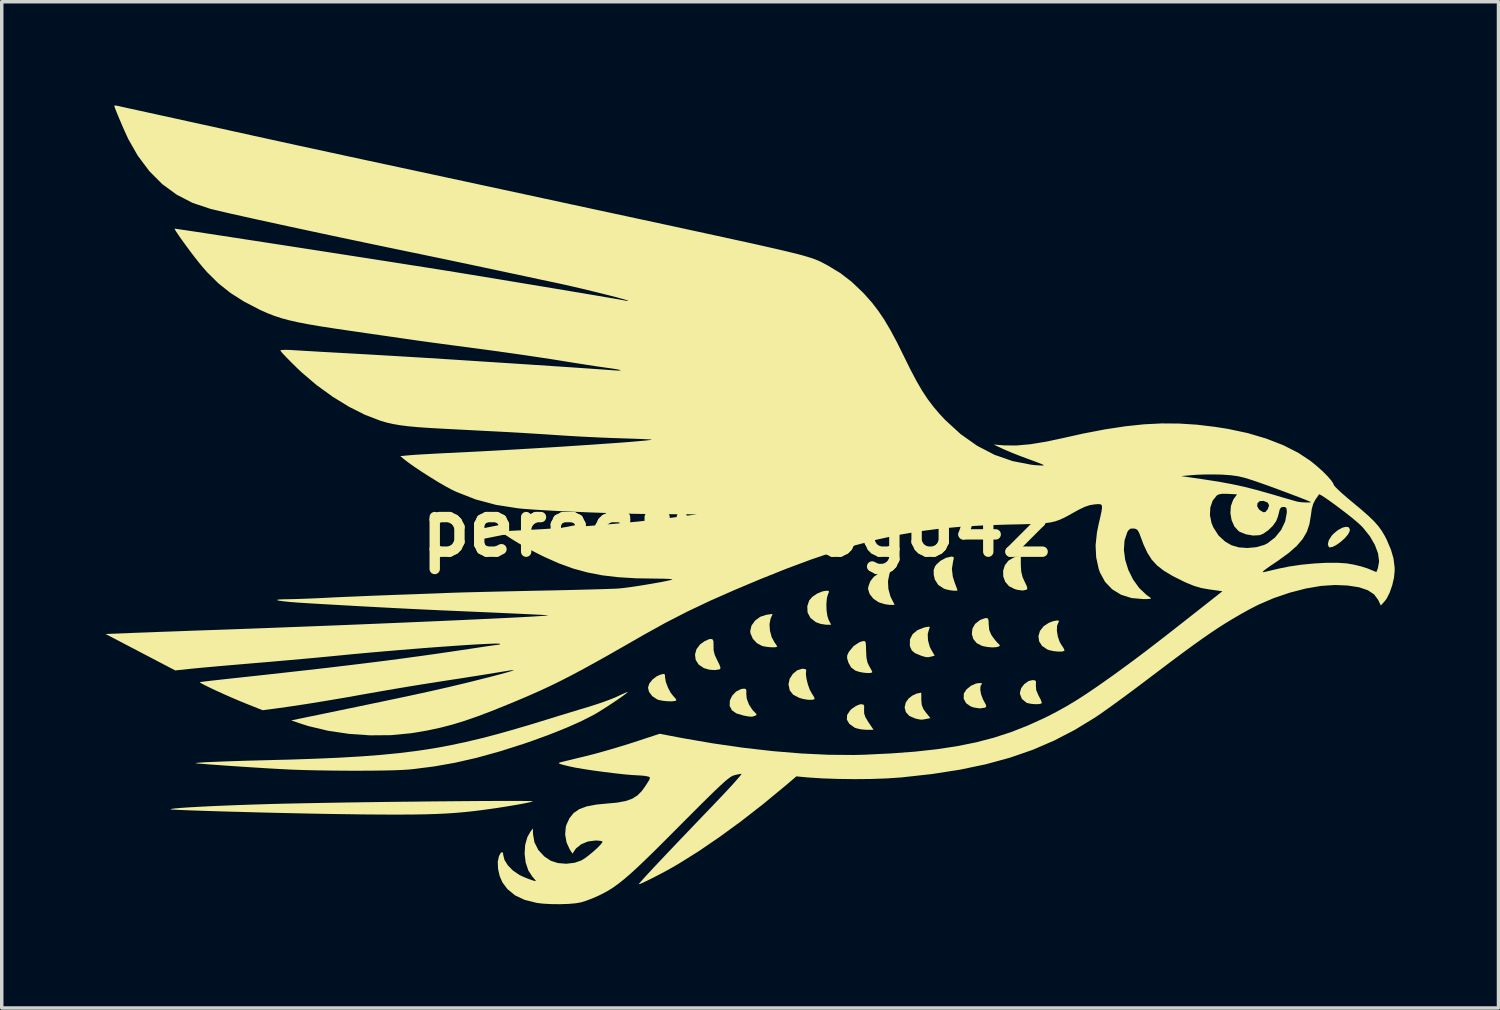
<source format=kicad_pcb>
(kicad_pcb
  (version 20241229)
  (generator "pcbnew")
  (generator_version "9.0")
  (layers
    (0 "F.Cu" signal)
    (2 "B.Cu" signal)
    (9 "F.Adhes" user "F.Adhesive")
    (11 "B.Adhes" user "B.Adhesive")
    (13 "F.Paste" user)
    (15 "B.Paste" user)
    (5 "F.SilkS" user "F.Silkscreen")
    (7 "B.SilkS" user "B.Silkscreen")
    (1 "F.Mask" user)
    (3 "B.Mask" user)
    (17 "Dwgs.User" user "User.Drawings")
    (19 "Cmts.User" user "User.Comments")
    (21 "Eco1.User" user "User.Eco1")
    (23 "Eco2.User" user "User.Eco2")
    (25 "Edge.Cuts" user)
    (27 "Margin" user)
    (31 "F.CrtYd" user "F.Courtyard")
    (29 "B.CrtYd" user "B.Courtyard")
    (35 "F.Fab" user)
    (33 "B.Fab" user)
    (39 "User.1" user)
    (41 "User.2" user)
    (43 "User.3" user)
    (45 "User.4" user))
  (footprint "peregrinelogo42"
    (layer "F.Cu")
    (at 18.266 12.218)
    (property "Reference" "peregrinelogo42" (at 0 0 0) (layer "F.SilkS") (effects (font (size 1.5 1.5) (thickness 0.3))))
    (attr board_only exclude_from_pos_files exclude_from_bom)
    (fp_poly (pts (xy 17.668 -0.028) (xy 17.702 0.031) (xy 17.697 0.086) (xy 17.648 0.181) (xy 17.557 0.287) (xy 17.442 0.391) (xy 17.32 0.479) (xy 17.207 0.538) (xy 17.122 0.556) (xy 17.094 0.544) (xy 17.065 0.461) (xy 17.094 0.347) (xy 17.176 0.218) (xy 17.227 0.162) (xy 17.355 0.056) (xy 17.48 -0.013) (xy 17.589 -0.041)) (stroke (width 0) (type solid)) (fill yes) (layer "F.SilkS"))
    (fp_poly (pts (xy 5.314 4.958) (xy 5.326 5.105) (xy 5.371 5.221) (xy 5.446 5.326) (xy 5.577 5.489) (xy 5.45 5.514) (xy 5.367 5.53) (xy 5.308 5.534) (xy 5.238 5.523) (xy 5.135 5.499) (xy 4.97 5.428) (xy 4.868 5.316) (xy 4.832 5.18) (xy 4.867 5.034) (xy 4.952 4.918) (xy 5.061 4.835) (xy 5.176 4.782) (xy 5.191 4.778) (xy 5.314 4.754)) (stroke (width 0) (type solid)) (fill yes) (layer "F.SilkS"))
    (fp_poly (pts (xy -0.729 3.204) (xy -0.693 3.267) (xy -0.691 3.396) (xy -0.688 3.536) (xy -0.654 3.669) (xy -0.581 3.823) (xy -0.517 3.953) (xy -0.491 4.03) (xy -0.501 4.068) (xy -0.52 4.08) (xy -0.654 4.101) (xy -0.818 4.088) (xy -0.969 4.044) (xy -1.12 3.943) (xy -1.206 3.807) (xy -1.227 3.654) (xy -1.185 3.499) (xy -1.079 3.357) (xy -0.942 3.261) (xy -0.809 3.204)) (stroke (width 0) (type solid)) (fill yes) (layer "F.SilkS"))
    (fp_poly (pts (xy 8.191 1.063) (xy 8.203 1.257) (xy 8.243 1.416) (xy 8.301 1.545) (xy 8.36 1.667) (xy 8.38 1.736) (xy 8.366 1.77) (xy 8.346 1.781) (xy 8.24 1.801) (xy 8.102 1.783) (xy 8.015 1.76) (xy 7.851 1.677) (xy 7.74 1.549) (xy 7.683 1.394) (xy 7.68 1.23) (xy 7.729 1.072) (xy 7.831 0.939) (xy 7.985 0.847) (xy 8.033 0.832) (xy 8.19 0.793)) (stroke (width 0) (type solid)) (fill yes) (layer "F.SilkS"))
    (fp_poly (pts (xy 2.641 1.814) (xy 2.642 1.855) (xy 2.622 1.895) (xy 2.586 2.017) (xy 2.571 2.186) (xy 2.575 2.371) (xy 2.6 2.541) (xy 2.639 2.657) (xy 2.71 2.79) (xy 2.555 2.789) (xy 2.409 2.767) (xy 2.267 2.716) (xy 2.262 2.713) (xy 2.109 2.592) (xy 2.027 2.435) (xy 2.019 2.254) (xy 2.075 2.087) (xy 2.163 1.984) (xy 2.302 1.891) (xy 2.458 1.826) (xy 2.576 1.806)) (stroke (width 0) (type solid)) (fill yes) (layer "F.SilkS"))
    (fp_poly (pts (xy 3.638 5.096) (xy 3.663 5.135) (xy 3.661 5.229) (xy 3.66 5.243) (xy 3.662 5.352) (xy 3.698 5.46) (xy 3.778 5.596) (xy 3.789 5.612) (xy 3.934 5.827) (xy 3.721 5.827) (xy 3.57 5.814) (xy 3.432 5.782) (xy 3.385 5.763) (xy 3.235 5.656) (xy 3.163 5.532) (xy 3.17 5.399) (xy 3.258 5.265) (xy 3.313 5.214) (xy 3.426 5.138) (xy 3.534 5.093) (xy 3.57 5.088)) (stroke (width 0) (type solid)) (fill yes) (layer "F.SilkS"))
    (fp_poly (pts (xy 5.561 2.862) (xy 5.541 2.912) (xy 5.5 3.06) (xy 5.508 3.242) (xy 5.559 3.427) (xy 5.6 3.511) (xy 5.702 3.684) (xy 5.61 3.708) (xy 5.522 3.728) (xy 5.446 3.725) (xy 5.347 3.698) (xy 5.283 3.675) (xy 5.131 3.61) (xy 5.041 3.535) (xy 4.993 3.432) (xy 4.983 3.386) (xy 4.987 3.211) (xy 5.065 3.06) (xy 5.208 2.943) (xy 5.411 2.866) (xy 5.448 2.859) (xy 5.536 2.846)) (stroke (width 0) (type solid)) (fill yes) (layer "F.SilkS"))
    (fp_poly (pts (xy 8.602 4.398) (xy 8.63 4.435) (xy 8.626 4.528) (xy 8.625 4.533) (xy 8.635 4.678) (xy 8.704 4.839) (xy 8.714 4.856) (xy 8.769 4.963) (xy 8.796 5.04) (xy 8.794 5.062) (xy 8.731 5.082) (xy 8.62 5.087) (xy 8.495 5.077) (xy 8.387 5.056) (xy 8.35 5.041) (xy 8.223 4.935) (xy 8.168 4.796) (xy 8.166 4.749) (xy 8.202 4.621) (xy 8.293 4.503) (xy 8.415 4.418) (xy 8.524 4.391)) (stroke (width 0) (type solid)) (fill yes) (layer "F.SilkS"))
    (fp_poly (pts (xy -2.102 4.223) (xy -2.093 4.282) (xy -2.093 4.313) (xy -2.069 4.447) (xy -2.008 4.608) (xy -1.927 4.761) (xy -1.844 4.865) (xy -1.784 4.931) (xy -1.764 4.971) (xy -1.801 4.994) (xy -1.894 5.004) (xy -2.02 5.002) (xy -2.154 4.988) (xy -2.272 4.965) (xy -2.323 4.947) (xy -2.463 4.854) (xy -2.556 4.729) (xy -2.585 4.61) (xy -2.55 4.495) (xy -2.459 4.377) (xy -2.333 4.28) (xy -2.239 4.238) (xy -2.143 4.212)) (stroke (width 0) (type solid)) (fill yes) (layer "F.SilkS"))
    (fp_poly (pts (xy 0.246 4.652) (xy 0.26 4.712) (xy 0.255 4.775) (xy 0.269 4.928) (xy 0.334 5.098) (xy 0.435 5.254) (xy 0.491 5.312) (xy 0.549 5.371) (xy 0.548 5.402) (xy 0.505 5.422) (xy 0.445 5.443) (xy 0.386 5.448) (xy 0.299 5.438) (xy 0.169 5.413) (xy -0.031 5.353) (xy -0.16 5.263) (xy -0.224 5.139) (xy -0.225 5.134) (xy -0.22 4.982) (xy -0.151 4.838) (xy -0.036 4.719) (xy 0.109 4.648) (xy 0.195 4.637)) (stroke (width 0) (type solid)) (fill yes) (layer "F.SilkS"))
    (fp_poly (pts (xy 0.957 2.617) (xy 0.927 2.772) (xy 0.939 2.959) (xy 0.988 3.145) (xy 1.068 3.295) (xy 1.069 3.297) (xy 1.125 3.375) (xy 1.149 3.422) (xy 1.149 3.423) (xy 1.113 3.439) (xy 1.022 3.443) (xy 0.902 3.436) (xy 0.778 3.418) (xy 0.711 3.402) (xy 0.563 3.323) (xy 0.444 3.194) (xy 0.377 3.041) (xy 0.369 2.971) (xy 0.407 2.813) (xy 0.51 2.67) (xy 0.658 2.561) (xy 0.828 2.505) (xy 1.016 2.477)) (stroke (width 0) (type solid)) (fill yes) (layer "F.SilkS"))
    (fp_poly (pts (xy 4.401 1.241) (xy 4.407 1.284) (xy 4.39 1.336) (xy 4.351 1.533) (xy 4.363 1.757) (xy 4.423 1.973) (xy 4.447 2.024) (xy 4.544 2.216) (xy 4.395 2.215) (xy 4.262 2.197) (xy 4.113 2.152) (xy 4.075 2.136) (xy 3.929 2.038) (xy 3.823 1.905) (xy 3.776 1.762) (xy 3.775 1.742) (xy 3.792 1.662) (xy 3.834 1.551) (xy 3.844 1.53) (xy 3.94 1.406) (xy 4.087 1.304) (xy 4.253 1.242) (xy 4.338 1.232)) (stroke (width 0) (type solid)) (fill yes) (layer "F.SilkS"))
    (fp_poly (pts (xy 7.064 4.483) (xy 7.073 4.498) (xy 7.068 4.5) (xy 7.027 4.557) (xy 7.019 4.665) (xy 7.042 4.8) (xy 7.094 4.941) (xy 7.119 4.988) (xy 7.177 5.094) (xy 7.192 5.152) (xy 7.169 5.181) (xy 7.156 5.187) (xy 7.005 5.209) (xy 6.827 5.181) (xy 6.74 5.15) (xy 6.608 5.057) (xy 6.54 4.93) (xy 6.543 4.786) (xy 6.548 4.77) (xy 6.626 4.653) (xy 6.754 4.552) (xy 6.901 4.488) (xy 6.992 4.476)) (stroke (width 0) (type solid)) (fill yes) (layer "F.SilkS"))
    (fp_poly (pts (xy 6.244 0.83) (xy 6.253 0.874) (xy 6.234 0.954) (xy 6.199 1.174) (xy 6.224 1.397) (xy 6.278 1.569) (xy 6.323 1.688) (xy 6.353 1.771) (xy 6.36 1.795) (xy 6.325 1.808) (xy 6.238 1.805) (xy 6.128 1.79) (xy 6.022 1.766) (xy 5.97 1.748) (xy 5.805 1.64) (xy 5.707 1.487) (xy 5.674 1.346) (xy 5.672 1.209) (xy 5.71 1.105) (xy 5.748 1.052) (xy 5.871 0.94) (xy 6.029 0.856) (xy 6.182 0.821) (xy 6.192 0.821)) (stroke (width 0) (type solid)) (fill yes) (layer "F.SilkS"))
    (fp_poly (pts (xy 7.231 2.601) (xy 7.258 2.664) (xy 7.263 2.784) (xy 7.279 2.944) (xy 7.337 3.081) (xy 7.383 3.149) (xy 7.462 3.251) (xy 7.526 3.324) (xy 7.548 3.343) (xy 7.587 3.386) (xy 7.559 3.418) (xy 7.48 3.439) (xy 7.365 3.445) (xy 7.229 3.434) (xy 7.087 3.406) (xy 7.071 3.402) (xy 6.915 3.322) (xy 6.816 3.2) (xy 6.775 3.055) (xy 6.792 2.904) (xy 6.869 2.766) (xy 7.005 2.659) (xy 7.041 2.642) (xy 7.164 2.598)) (stroke (width 0) (type solid)) (fill yes) (layer "F.SilkS"))
    (fp_poly (pts (xy 1.97 4.073) (xy 1.989 4.111) (xy 1.986 4.12) (xy 1.978 4.216) (xy 1.997 4.359) (xy 2.037 4.519) (xy 2.091 4.669) (xy 2.151 4.779) (xy 2.152 4.781) (xy 2.21 4.87) (xy 2.231 4.93) (xy 2.228 4.94) (xy 2.159 4.961) (xy 2.039 4.959) (xy 1.895 4.935) (xy 1.785 4.903) (xy 1.613 4.814) (xy 1.513 4.691) (xy 1.477 4.524) (xy 1.477 4.505) (xy 1.511 4.35) (xy 1.601 4.211) (xy 1.726 4.108) (xy 1.867 4.063) (xy 1.882 4.062)) (stroke (width 0) (type solid)) (fill yes) (layer "F.SilkS"))
    (fp_poly (pts (xy 9.296 2.676) (xy 9.287 2.712) (xy 9.274 2.729) (xy 9.237 2.827) (xy 9.234 2.97) (xy 9.261 3.132) (xy 9.313 3.284) (xy 9.367 3.377) (xy 9.428 3.468) (xy 9.453 3.532) (xy 9.45 3.544) (xy 9.385 3.565) (xy 9.27 3.566) (xy 9.135 3.552) (xy 9.008 3.524) (xy 8.959 3.506) (xy 8.806 3.404) (xy 8.72 3.27) (xy 8.7 3.12) (xy 8.745 2.968) (xy 8.853 2.831) (xy 9.002 2.734) (xy 9.12 2.689) (xy 9.224 2.668) (xy 9.234 2.667)) (stroke (width 0) (type solid)) (fill yes) (layer "F.SilkS"))
    (fp_poly (pts (xy 3.694 3.274) (xy 3.71 3.328) (xy 3.716 3.436) (xy 3.719 3.548) (xy 3.729 3.739) (xy 3.757 3.877) (xy 3.808 3.987) (xy 3.811 3.992) (xy 3.866 4.087) (xy 3.896 4.151) (xy 3.898 4.16) (xy 3.863 4.182) (xy 3.772 4.187) (xy 3.652 4.177) (xy 3.526 4.154) (xy 3.421 4.121) (xy 3.406 4.114) (xy 3.285 4.024) (xy 3.209 3.888) (xy 3.204 3.873) (xy 3.17 3.759) (xy 3.172 3.679) (xy 3.212 3.591) (xy 3.224 3.57) (xy 3.36 3.404) (xy 3.53 3.294) (xy 3.611 3.268) (xy 3.664 3.26)) (stroke (width 0) (type solid)) (fill yes) (layer "F.SilkS"))
    (fp_poly (pts (xy -6.211 7.884) (xy -6.04 7.886) (xy -5.939 7.889) (xy -5.912 7.893) (xy -5.962 7.911) (xy -6.081 7.938) (xy -6.255 7.972) (xy -6.473 8.01) (xy -6.72 8.051) (xy -6.984 8.092) (xy -7.253 8.13) (xy -7.345 8.143) (xy -7.609 8.176) (xy -7.869 8.204) (xy -8.133 8.227) (xy -8.409 8.246) (xy -8.705 8.26) (xy -9.031 8.27) (xy -9.394 8.276) (xy -9.802 8.278) (xy -10.264 8.277) (xy -10.789 8.273) (xy -11.385 8.265) (xy -11.613 8.262) (xy -11.966 8.256) (xy -12.349 8.249) (xy -12.753 8.24) (xy -13.171 8.231) (xy -13.595 8.221) (xy -14.017 8.21) (xy -14.428 8.199) (xy -14.821 8.188) (xy -15.188 8.177) (xy -15.521 8.166) (xy -15.812 8.156) (xy -16.052 8.146) (xy -16.234 8.138) (xy -16.35 8.131) (xy -16.392 8.126) (xy -16.36 8.113) (xy -16.252 8.099) (xy -16.077 8.084) (xy -15.841 8.068) (xy -15.552 8.052) (xy -15.217 8.035) (xy -14.844 8.019) (xy -14.438 8.003) (xy -14.008 7.988) (xy -13.56 7.974) (xy -13.103 7.962) (xy -13.002 7.96) (xy -12.619 7.952) (xy -12.201 7.944) (xy -11.752 7.936) (xy -11.28 7.928) (xy -10.791 7.921) (xy -10.292 7.914) (xy -9.79 7.908) (xy -9.291 7.903) (xy -8.802 7.897) (xy -8.329 7.893) (xy -7.879 7.889) (xy -7.46 7.886) (xy -7.076 7.884) (xy -6.736 7.883) (xy -6.446 7.883)) (stroke (width 0) (type solid)) (fill yes) (layer "F.SilkS"))
    (fp_poly (pts (xy -3.197 4.761) (xy -3.278 4.824) (xy -3.401 4.911) (xy -3.552 5.014) (xy -3.718 5.124) (xy -3.885 5.231) (xy -4.039 5.327) (xy -4.167 5.401) (xy -4.176 5.406) (xy -4.524 5.582) (xy -4.941 5.767) (xy -5.414 5.957) (xy -5.933 6.147) (xy -6.192 6.236) (xy -6.893 6.458) (xy -7.543 6.638) (xy -8.162 6.779) (xy -8.766 6.886) (xy -9.373 6.963) (xy -9.499 6.975) (xy -9.683 6.987) (xy -9.936 6.997) (xy -10.244 7.004) (xy -10.594 7.008) (xy -10.974 7.01) (xy -11.369 7.009) (xy -11.766 7.005) (xy -12.153 6.999) (xy -12.517 6.991) (xy -12.842 6.98) (xy -13.008 6.972) (xy -13.24 6.96) (xy -13.507 6.945) (xy -13.798 6.927) (xy -14.102 6.908) (xy -14.407 6.888) (xy -14.704 6.868) (xy -14.979 6.848) (xy -15.223 6.831) (xy -15.424 6.815) (xy -15.571 6.803) (xy -15.654 6.794) (xy -15.667 6.791) (xy -15.635 6.783) (xy -15.529 6.774) (xy -15.358 6.764) (xy -15.132 6.754) (xy -14.857 6.743) (xy -14.543 6.732) (xy -14.198 6.721) (xy -13.832 6.711) (xy -13.705 6.708) (xy -12.902 6.687) (xy -12.172 6.662) (xy -11.506 6.633) (xy -10.894 6.597) (xy -10.329 6.554) (xy -9.8 6.503) (xy -9.299 6.441) (xy -8.817 6.369) (xy -8.344 6.283) (xy -7.872 6.184) (xy -7.391 6.07) (xy -6.893 5.939) (xy -6.369 5.79) (xy -5.808 5.623) (xy -5.478 5.521) (xy -5.205 5.436) (xy -4.895 5.342) (xy -4.587 5.248) (xy -4.336 5.173) (xy -4.101 5.099) (xy -3.865 5.019) (xy -3.653 4.94) (xy -3.492 4.873) (xy -3.475 4.865) (xy -3.337 4.8) (xy -3.231 4.754) (xy -3.176 4.733) (xy -3.172 4.733)) (stroke (width 0) (type solid)) (fill yes) (layer "F.SilkS"))
    (fp_poly (pts (xy -17.922 -12.209) (xy -17.859 -12.195) (xy -17.727 -12.166) (xy -17.537 -12.124) (xy -17.299 -12.072) (xy -17.024 -12.012) (xy -16.722 -11.946) (xy -16.619 -11.923) (xy -16.261 -11.845) (xy -15.846 -11.753) (xy -15.397 -11.655) (xy -14.937 -11.554) (xy -14.489 -11.455) (xy -14.075 -11.364) (xy -13.993 -11.345) (xy -13.634 -11.267) (xy -13.214 -11.175) (xy -12.749 -11.073) (xy -12.258 -10.967) (xy -11.759 -10.859) (xy -11.27 -10.753) (xy -10.809 -10.654) (xy -10.689 -10.628) (xy -10.209 -10.525) (xy -9.744 -10.425) (xy -9.284 -10.326) (xy -8.822 -10.227) (xy -8.35 -10.125) (xy -7.859 -10.02) (xy -7.341 -9.908) (xy -6.788 -9.789) (xy -6.192 -9.661) (xy -5.544 -9.521) (xy -4.836 -9.368) (xy -4.061 -9.201) (xy -3.652 -9.113) (xy -2.862 -8.943) (xy -2.147 -8.789) (xy -1.504 -8.65) (xy -0.929 -8.525) (xy -0.417 -8.414) (xy 0.035 -8.315) (xy 0.433 -8.228) (xy 0.779 -8.15) (xy 1.08 -8.082) (xy 1.338 -8.022) (xy 1.557 -7.969) (xy 1.743 -7.923) (xy 1.899 -7.881) (xy 2.029 -7.843) (xy 2.138 -7.809) (xy 2.23 -7.777) (xy 2.309 -7.745) (xy 2.38 -7.714) (xy 2.445 -7.682) (xy 2.511 -7.647) (xy 2.58 -7.61) (xy 2.619 -7.589) (xy 2.973 -7.375) (xy 3.298 -7.125) (xy 3.618 -6.821) (xy 3.687 -6.748) (xy 3.888 -6.521) (xy 4.072 -6.282) (xy 4.25 -6.018) (xy 4.428 -5.716) (xy 4.617 -5.362) (xy 4.806 -4.98) (xy 5.001 -4.585) (xy 5.176 -4.253) (xy 5.34 -3.971) (xy 5.503 -3.725) (xy 5.673 -3.501) (xy 5.858 -3.285) (xy 6.002 -3.132) (xy 6.451 -2.72) (xy 6.928 -2.383) (xy 7.43 -2.122) (xy 7.956 -1.939) (xy 8.501 -1.834) (xy 8.576 -1.826) (xy 8.719 -1.815) (xy 8.82 -1.813) (xy 8.861 -1.819) (xy 8.86 -1.821) (xy 8.814 -1.845) (xy 8.707 -1.888) (xy 8.555 -1.946) (xy 8.388 -2.007) (xy 8.175 -2.086) (xy 7.959 -2.171) (xy 7.771 -2.25) (xy 7.673 -2.293) (xy 7.407 -2.418) (xy 7.714 -2.394) (xy 8.058 -2.391) (xy 8.465 -2.427) (xy 8.931 -2.503) (xy 9.315 -2.585) (xy 10.005 -2.738) (xy 10.632 -2.858) (xy 11.21 -2.946) (xy 11.75 -3.003) (xy 12.265 -3.029) (xy 12.769 -3.025) (xy 13.273 -2.993) (xy 13.789 -2.932) (xy 14.181 -2.87) (xy 14.751 -2.749) (xy 15.287 -2.59) (xy 15.778 -2.399) (xy 16.212 -2.179) (xy 16.562 -1.947) (xy 16.742 -1.801) (xy 16.909 -1.651) (xy 17.053 -1.508) (xy 17.162 -1.383) (xy 17.224 -1.29) (xy 17.234 -1.256) (xy 17.265 -1.211) (xy 17.349 -1.125) (xy 17.476 -1.008) (xy 17.635 -0.87) (xy 17.757 -0.768) (xy 18.023 -0.547) (xy 18.233 -0.363) (xy 18.397 -0.205) (xy 18.525 -0.06) (xy 18.627 0.081) (xy 18.715 0.23) (xy 18.767 0.333) (xy 18.889 0.619) (xy 18.963 0.872) (xy 18.995 1.121) (xy 18.998 1.216) (xy 18.979 1.422) (xy 18.928 1.645) (xy 18.854 1.858) (xy 18.766 2.034) (xy 18.714 2.104) (xy 18.597 2.234) (xy 18.521 2.073) (xy 18.404 1.914) (xy 18.22 1.792) (xy 17.966 1.707) (xy 17.642 1.657) (xy 17.271 1.641) (xy 16.869 1.668) (xy 16.426 1.744) (xy 15.963 1.864) (xy 15.499 2.022) (xy 15.055 2.213) (xy 14.793 2.348) (xy 14.556 2.48) (xy 14.334 2.609) (xy 14.119 2.739) (xy 13.903 2.876) (xy 13.677 3.027) (xy 13.434 3.195) (xy 13.164 3.388) (xy 12.86 3.611) (xy 12.513 3.869) (xy 12.116 4.169) (xy 11.818 4.395) (xy 11.539 4.605) (xy 11.256 4.815) (xy 10.982 5.016) (xy 10.73 5.198) (xy 10.514 5.351) (xy 10.348 5.464) (xy 10.333 5.474) (xy 9.753 5.828) (xy 9.157 6.137) (xy 8.536 6.405) (xy 7.88 6.632) (xy 7.181 6.823) (xy 6.431 6.98) (xy 5.621 7.106) (xy 4.742 7.203) (xy 4.719 7.205) (xy 4.323 7.232) (xy 3.871 7.248) (xy 3.39 7.253) (xy 2.906 7.247) (xy 2.445 7.231) (xy 2.033 7.204) (xy 1.97 7.198) (xy 1.703 7.173) (xy 1.354 7.47) (xy 0.729 7.985) (xy 0.102 8.473) (xy -0.517 8.925) (xy -1.114 9.333) (xy -1.678 9.686) (xy -1.867 9.797) (xy -2.037 9.892) (xy -2.221 9.99) (xy -2.405 10.086) (xy -2.575 10.171) (xy -2.716 10.239) (xy -2.814 10.281) (xy -2.853 10.291) (xy -2.83 10.258) (xy -2.751 10.168) (xy -2.621 10.025) (xy -2.442 9.832) (xy -2.215 9.591) (xy -1.945 9.306) (xy -1.633 8.978) (xy -1.282 8.611) (xy -0.895 8.207) (xy -0.688 7.991) (xy -0.476 7.769) (xy -0.286 7.567) (xy -0.126 7.393) (xy -0.001 7.252) (xy 0.082 7.154) (xy 0.117 7.104) (xy 0.116 7.099) (xy 0.044 7.109) (xy -0.069 7.135) (xy -0.103 7.144) (xy -0.148 7.161) (xy -0.205 7.195) (xy -0.278 7.249) (xy -0.373 7.329) (xy -0.494 7.439) (xy -0.647 7.584) (xy -0.836 7.768) (xy -1.068 7.997) (xy -1.346 8.275) (xy -1.676 8.606) (xy -1.703 8.633) (xy -2.07 9.001) (xy -2.386 9.316) (xy -2.659 9.582) (xy -2.893 9.805) (xy -3.095 9.99) (xy -3.273 10.143) (xy -3.431 10.269) (xy -3.576 10.374) (xy -3.714 10.463) (xy -3.853 10.54) (xy -3.997 10.613) (xy -4.04 10.633) (xy -4.213 10.708) (xy -4.395 10.775) (xy -4.523 10.815) (xy -4.678 10.842) (xy -4.89 10.86) (xy -5.134 10.868) (xy -5.386 10.865) (xy -5.62 10.852) (xy -5.799 10.831) (xy -6.146 10.745) (xy -6.429 10.612) (xy -6.65 10.43) (xy -6.794 10.237) (xy -6.874 10.052) (xy -6.92 9.843) (xy -6.928 9.642) (xy -6.894 9.48) (xy -6.843 9.386) (xy -6.799 9.359) (xy -6.773 9.402) (xy -6.771 9.44) (xy -6.734 9.589) (xy -6.635 9.747) (xy -6.488 9.896) (xy -6.307 10.019) (xy -6.284 10.032) (xy -6.169 10.085) (xy -6.044 10.136) (xy -5.93 10.176) (xy -5.851 10.199) (xy -5.827 10.197) (xy -5.852 10.159) (xy -5.913 10.087) (xy -5.927 10.073) (xy -6.046 9.89) (xy -6.122 9.66) (xy -6.152 9.407) (xy -6.136 9.155) (xy -6.072 8.927) (xy -5.988 8.779) (xy -5.911 8.679) (xy -5.91 8.834) (xy -5.869 9.077) (xy -5.755 9.302) (xy -5.578 9.492) (xy -5.396 9.612) (xy -5.19 9.679) (xy -4.95 9.699) (xy -4.709 9.671) (xy -4.514 9.604) (xy -4.413 9.542) (xy -4.289 9.449) (xy -4.159 9.341) (xy -4.04 9.232) (xy -3.949 9.137) (xy -3.901 9.072) (xy -3.898 9.06) (xy -3.935 9.041) (xy -4.03 9.03) (xy -4.105 9.027) (xy -4.324 9.056) (xy -4.518 9.136) (xy -4.666 9.256) (xy -4.696 9.297) (xy -4.768 9.407) (xy -4.845 9.289) (xy -4.94 9.083) (xy -4.98 8.853) (xy -4.961 8.632) (xy -4.944 8.575) (xy -4.855 8.382) (xy -4.734 8.232) (xy -4.571 8.12) (xy -4.355 8.04) (xy -4.078 7.988) (xy -3.788 7.96) (xy -3.479 7.932) (xy -3.236 7.887) (xy -3.045 7.821) (xy -2.892 7.725) (xy -2.762 7.594) (xy -2.661 7.453) (xy -2.578 7.323) (xy -2.536 7.247) (xy -2.531 7.206) (xy -2.558 7.185) (xy -2.593 7.175) (xy -2.694 7.157) (xy -2.829 7.146) (xy -2.872 7.144) (xy -3.049 7.134) (xy -3.286 7.113) (xy -3.564 7.082) (xy -3.862 7.045) (xy -4.159 7.005) (xy -4.437 6.963) (xy -4.674 6.923) (xy -4.842 6.888) (xy -5.017 6.846) (xy -5.121 6.817) (xy -5.163 6.796) (xy -5.152 6.779) (xy -5.109 6.765) (xy -5.026 6.744) (xy -4.881 6.709) (xy -4.692 6.662) (xy -4.475 6.61) (xy -4.37 6.585) (xy -4.117 6.52) (xy -3.815 6.436) (xy -3.494 6.342) (xy -3.181 6.247) (xy -3.002 6.189) (xy -2.249 5.942) (xy -1.586 6.068) (xy -0.706 6.22) (xy 0.17 6.346) (xy 1.028 6.444) (xy 1.855 6.512) (xy 2.639 6.549) (xy 3.366 6.555) (xy 3.652 6.548) (xy 4.424 6.511) (xy 5.125 6.459) (xy 5.764 6.389) (xy 6.352 6.3) (xy 6.899 6.189) (xy 7.413 6.055) (xy 7.905 5.895) (xy 8.385 5.707) (xy 8.863 5.49) (xy 8.925 5.46) (xy 9.213 5.312) (xy 9.495 5.156) (xy 9.783 4.984) (xy 10.089 4.787) (xy 10.427 4.557) (xy 10.81 4.287) (xy 10.997 4.152) (xy 11.198 4.005) (xy 11.393 3.862) (xy 11.589 3.716) (xy 11.795 3.56) (xy 12.018 3.389) (xy 12.267 3.197) (xy 12.55 2.977) (xy 12.874 2.723) (xy 13.248 2.429) (xy 13.6 2.152) (xy 14.019 1.822) (xy 13.649 1.771) (xy 13.41 1.729) (xy 13.195 1.666) (xy 12.963 1.571) (xy 12.9 1.541) (xy 12.581 1.382) (xy 12.389 1.267) (xy 15.184 1.267) (xy 15.199 1.272) (xy 15.244 1.263) (xy 15.351 1.238) (xy 15.503 1.202) (xy 15.641 1.169) (xy 15.952 1.106) (xy 16.302 1.055) (xy 16.665 1.02) (xy 17.02 1) (xy 17.343 0.999) (xy 17.611 1.017) (xy 17.617 1.018) (xy 17.819 1.053) (xy 18.029 1.104) (xy 18.203 1.16) (xy 18.217 1.165) (xy 18.469 1.268) (xy 18.512 1.157) (xy 18.547 0.959) (xy 18.517 0.73) (xy 18.426 0.484) (xy 18.281 0.233) (xy 18.085 -0.012) (xy 18.017 -0.082) (xy 17.919 -0.171) (xy 17.785 -0.284) (xy 17.625 -0.411) (xy 17.452 -0.544) (xy 17.278 -0.674) (xy 17.115 -0.792) (xy 16.976 -0.888) (xy 16.873 -0.954) (xy 16.817 -0.98) (xy 16.811 -0.979) (xy 16.785 -0.939) (xy 16.728 -0.858) (xy 16.705 -0.825) (xy 16.642 -0.705) (xy 16.599 -0.545) (xy 16.575 -0.368) (xy 16.533 -0.116) (xy 16.457 0.107) (xy 16.337 0.312) (xy 16.167 0.511) (xy 15.937 0.713) (xy 15.64 0.93) (xy 15.562 0.983) (xy 15.381 1.105) (xy 15.262 1.19) (xy 15.199 1.242) (xy 15.184 1.267) (xy 12.389 1.267) (xy 12.329 1.231) (xy 12.131 1.078) (xy 11.975 0.908) (xy 11.848 0.709) (xy 11.737 0.469) (xy 11.669 0.287) (xy 11.616 0.145) (xy 11.572 0.063) (xy 11.524 0.023) (xy 11.456 0.008) (xy 11.453 0.008) (xy 11.355 0.014) (xy 11.291 0.073) (xy 11.27 0.111) (xy 11.189 0.352) (xy 11.17 0.625) (xy 11.208 0.914) (xy 11.298 1.204) (xy 11.434 1.48) (xy 11.611 1.727) (xy 11.824 1.929) (xy 11.923 1.998) (xy 11.954 2.024) (xy 11.934 2.04) (xy 11.85 2.047) (xy 11.742 2.049) (xy 11.394 2.019) (xy 11.089 1.923) (xy 10.831 1.765) (xy 10.625 1.549) (xy 10.478 1.279) (xy 10.441 1.173) (xy 10.369 0.839) (xy 10.352 0.495) (xy 10.392 0.122) (xy 10.439 -0.11) (xy 10.493 -0.341) (xy 10.5 -0.378) (xy 13.657 -0.378) (xy 13.704 -0.149) (xy 13.758 -0.019) (xy 13.909 0.215) (xy 14.1 0.389) (xy 14.28 0.492) (xy 14.49 0.554) (xy 14.738 0.572) (xy 14.993 0.549) (xy 15.222 0.485) (xy 15.317 0.439) (xy 15.539 0.268) (xy 15.714 0.052) (xy 15.831 -0.193) (xy 15.879 -0.447) (xy 15.88 -0.479) (xy 15.871 -0.573) (xy 15.833 -0.611) (xy 15.782 -0.616) (xy 15.713 -0.601) (xy 15.674 -0.541) (xy 15.655 -0.463) (xy 15.621 -0.33) (xy 15.575 -0.213) (xy 15.572 -0.207) (xy 15.475 -0.069) (xy 15.342 0.06) (xy 15.2 0.159) (xy 15.094 0.202) (xy 14.905 0.212) (xy 14.701 0.177) (xy 14.523 0.106) (xy 14.485 0.082) (xy 14.364 -0.051) (xy 14.284 -0.232) (xy 14.249 -0.437) (xy 14.263 -0.637) (xy 15.022 -0.637) (xy 15.073 -0.546) (xy 15.11 -0.515) (xy 15.2 -0.462) (xy 15.26 -0.468) (xy 15.32 -0.539) (xy 15.33 -0.554) (xy 15.368 -0.66) (xy 15.329 -0.739) (xy 15.215 -0.787) (xy 15.204 -0.79) (xy 15.095 -0.782) (xy 15.032 -0.723) (xy 15.022 -0.637) (xy 14.263 -0.637) (xy 14.263 -0.641) (xy 14.329 -0.821) (xy 14.356 -0.862) (xy 14.441 -0.978) (xy 14.186 -0.993) (xy 14.018 -0.996) (xy 13.91 -0.977) (xy 13.855 -0.946) (xy 13.735 -0.795) (xy 13.669 -0.6) (xy 13.657 -0.378) (xy 10.5 -0.378) (xy 10.527 -0.503) (xy 10.539 -0.609) (xy 10.528 -0.668) (xy 10.489 -0.694) (xy 10.423 -0.697) (xy 10.325 -0.689) (xy 10.325 -0.689) (xy 10.186 -0.667) (xy 10.04 -0.618) (xy 9.863 -0.533) (xy 9.74 -0.465) (xy 9.576 -0.373) (xy 9.438 -0.3) (xy 9.312 -0.243) (xy 9.186 -0.199) (xy 9.05 -0.168) (xy 8.89 -0.145) (xy 8.694 -0.13) (xy 8.451 -0.12) (xy 8.148 -0.112) (xy 7.837 -0.106) (xy 7.135 -0.083) (xy 6.473 -0.044) (xy 5.841 0.014) (xy 5.23 0.094) (xy 4.629 0.199) (xy 4.028 0.33) (xy 3.418 0.49) (xy 2.787 0.681) (xy 2.126 0.906) (xy 1.425 1.167) (xy 0.674 1.467) (xy -0.082 1.785) (xy -0.789 2.097) (xy -1.443 2.407) (xy -2.072 2.73) (xy -2.705 3.08) (xy -2.818 3.145) (xy -3.322 3.434) (xy -3.765 3.687) (xy -4.158 3.906) (xy -4.51 4.099) (xy -4.831 4.269) (xy -5.13 4.422) (xy -5.417 4.562) (xy -5.703 4.695) (xy -5.996 4.825) (xy -6.307 4.958) (xy -6.565 5.066) (xy -7.056 5.265) (xy -7.489 5.43) (xy -7.88 5.566) (xy -8.243 5.677) (xy -8.595 5.768) (xy -8.948 5.844) (xy -9.32 5.908) (xy -9.443 5.927) (xy -10.016 5.982) (xy -10.621 5.987) (xy -11.234 5.944) (xy -11.832 5.855) (xy -12.392 5.722) (xy -12.614 5.652) (xy -12.897 5.555) (xy -11.875 5.344) (xy -11.262 5.217) (xy -10.722 5.105) (xy -10.247 5.006) (xy -9.83 4.918) (xy -9.462 4.84) (xy -9.136 4.769) (xy -8.844 4.705) (xy -8.58 4.645) (xy -8.334 4.589) (xy -8.099 4.533) (xy -7.868 4.478) (xy -7.634 4.42) (xy -7.571 4.404) (xy -7.201 4.311) (xy -6.905 4.234) (xy -6.684 4.174) (xy -6.539 4.132) (xy -6.47 4.106) (xy -6.479 4.099) (xy -6.566 4.11) (xy -6.586 4.113) (xy -6.673 4.127) (xy -6.82 4.151) (xy -7.009 4.182) (xy -7.219 4.216) (xy -7.242 4.22) (xy -7.445 4.253) (xy -7.709 4.294) (xy -8.011 4.342) (xy -8.331 4.391) (xy -8.647 4.44) (xy -8.74 4.455) (xy -9.085 4.509) (xy -9.479 4.573) (xy -9.894 4.642) (xy -10.298 4.712) (xy -10.662 4.776) (xy -10.71 4.784) (xy -11.332 4.895) (xy -11.924 4.995) (xy -12.473 5.084) (xy -12.965 5.158) (xy -13.357 5.213) (xy -13.726 5.261) (xy -14.239 5.056) (xy -14.43 4.977) (xy -14.639 4.888) (xy -14.852 4.793) (xy -15.058 4.7) (xy -15.242 4.613) (xy -15.393 4.539) (xy -15.497 4.484) (xy -15.542 4.454) (xy -15.542 4.451) (xy -15.5 4.443) (xy -15.389 4.429) (xy -15.22 4.409) (xy -15.008 4.385) (xy -14.763 4.358) (xy -14.711 4.352) (xy -13.896 4.264) (xy -13.154 4.182) (xy -12.475 4.106) (xy -11.851 4.035) (xy -11.273 3.966) (xy -10.731 3.9) (xy -10.217 3.836) (xy -9.722 3.771) (xy -9.236 3.705) (xy -8.75 3.637) (xy -8.257 3.565) (xy -7.745 3.489) (xy -7.475 3.448) (xy -7.27 3.417) (xy -7.093 3.392) (xy -6.961 3.374) (xy -6.889 3.365) (xy -6.883 3.365) (xy -6.857 3.35) (xy -6.862 3.342) (xy -6.912 3.335) (xy -7.036 3.336) (xy -7.226 3.343) (xy -7.475 3.355) (xy -7.776 3.373) (xy -8.12 3.396) (xy -8.5 3.423) (xy -8.909 3.453) (xy -9.339 3.487) (xy -9.781 3.523) (xy -10.23 3.561) (xy -10.676 3.6) (xy -11.113 3.64) (xy -11.532 3.681) (xy -11.654 3.693) (xy -11.893 3.716) (xy -12.198 3.745) (xy -12.55 3.777) (xy -12.933 3.811) (xy -13.329 3.846) (xy -13.723 3.88) (xy -13.931 3.897) (xy -14.292 3.928) (xy -14.646 3.958) (xy -14.98 3.987) (xy -15.28 4.014) (xy -15.534 4.037) (xy -15.729 4.056) (xy -15.829 4.066) (xy -16.25 4.111) (xy -17.258 3.584) (xy -18.266 3.057) (xy -17.514 3.028) (xy -17.307 3.02) (xy -17.031 3.01) (xy -16.699 2.997) (xy -16.327 2.984) (xy -15.927 2.969) (xy -15.512 2.954) (xy -15.097 2.94) (xy -14.957 2.935) (xy -14.291 2.911) (xy -13.617 2.886) (xy -12.938 2.86) (xy -12.259 2.834) (xy -11.586 2.808) (xy -10.923 2.781) (xy -10.276 2.754) (xy -9.648 2.728) (xy -9.046 2.702) (xy -8.474 2.677) (xy -7.936 2.653) (xy -7.439 2.63) (xy -6.986 2.609) (xy -6.582 2.589) (xy -6.234 2.571) (xy -5.944 2.555) (xy -5.719 2.541) (xy -5.563 2.53) (xy -5.482 2.521) (xy -5.47 2.518) (xy -5.513 2.513) (xy -5.629 2.506) (xy -5.811 2.497) (xy -6.052 2.485) (xy -6.342 2.471) (xy -6.675 2.456) (xy -7.043 2.439) (xy -7.436 2.422) (xy -7.47 2.421) (xy -8.019 2.397) (xy -8.524 2.375) (xy -8.998 2.353) (xy -9.457 2.331) (xy -9.916 2.308) (xy -10.389 2.283) (xy -10.891 2.256) (xy -11.437 2.225) (xy -12.042 2.191) (xy -12.413 2.169) (xy -12.705 2.15) (xy -12.944 2.131) (xy -13.127 2.112) (xy -13.25 2.095) (xy -13.308 2.079) (xy -13.297 2.067) (xy -13.214 2.058) (xy -13.053 2.053) (xy -13.008 2.053) (xy -12.849 2.05) (xy -12.63 2.043) (xy -12.373 2.034) (xy -12.1 2.022) (xy -11.9 2.012) (xy -11.644 1.999) (xy -11.328 1.985) (xy -10.972 1.97) (xy -10.599 1.954) (xy -10.23 1.94) (xy -9.971 1.93) (xy -9.635 1.918) (xy -9.296 1.906) (xy -8.97 1.894) (xy -8.676 1.883) (xy -8.43 1.873) (xy -8.268 1.867) (xy -8.118 1.862) (xy -7.896 1.855) (xy -7.613 1.848) (xy -7.282 1.84) (xy -6.911 1.831) (xy -6.514 1.822) (xy -6.099 1.813) (xy -5.724 1.805) (xy -5.315 1.797) (xy -4.921 1.788) (xy -4.553 1.779) (xy -4.22 1.77) (xy -3.932 1.762) (xy -3.697 1.754) (xy -3.526 1.748) (xy -3.427 1.742) (xy -3.426 1.742) (xy -3.291 1.728) (xy -3.111 1.705) (xy -2.9 1.674) (xy -2.676 1.638) (xy -2.452 1.6) (xy -2.246 1.564) (xy -2.072 1.53) (xy -1.945 1.502) (xy -1.882 1.483) (xy -1.879 1.481) (xy -1.906 1.472) (xy -2 1.464) (xy -2.147 1.459) (xy -2.332 1.457) (xy -2.336 1.457) (xy -2.92 1.448) (xy -3.439 1.417) (xy -3.907 1.362) (xy -4.34 1.278) (xy -4.752 1.165) (xy -5.158 1.017) (xy -5.573 0.833) (xy -5.642 0.8) (xy -5.872 0.683) (xy -6.112 0.554) (xy -6.335 0.429) (xy -6.511 0.321) (xy -6.521 0.315) (xy -6.867 0.091) (xy -6.337 0.065) (xy -5.635 0.027) (xy -4.921 -0.019) (xy -4.21 -0.072) (xy -3.518 -0.131) (xy -2.861 -0.194) (xy -2.256 -0.26) (xy -1.744 -0.324) (xy -1.169 -0.401) (xy -2.257 -0.406) (xy -2.612 -0.41) (xy -3.009 -0.417) (xy -3.435 -0.429) (xy -3.878 -0.443) (xy -4.325 -0.459) (xy -4.762 -0.478) (xy -5.178 -0.497) (xy -5.56 -0.518) (xy -5.896 -0.539) (xy -6.172 -0.559) (xy -6.34 -0.575) (xy -6.979 -0.675) (xy -7.568 -0.832) (xy -8.121 -1.049) (xy -8.268 -1.119) (xy -8.438 -1.211) (xy -8.648 -1.333) (xy -8.879 -1.475) (xy -8.929 -1.507) (xy 12.823 -1.507) (xy 13.48 -1.411) (xy 13.913 -1.344) (xy 14.297 -1.273) (xy 14.664 -1.193) (xy 15.043 -1.096) (xy 15.466 -0.976) (xy 15.511 -0.963) (xy 15.725 -0.899) (xy 15.917 -0.844) (xy 16.069 -0.8) (xy 16.166 -0.773) (xy 16.188 -0.767) (xy 16.273 -0.754) (xy 16.381 -0.746) (xy 16.484 -0.743) (xy 16.557 -0.746) (xy 16.574 -0.755) (xy 16.528 -0.778) (xy 16.418 -0.823) (xy 16.258 -0.886) (xy 16.06 -0.961) (xy 15.838 -1.045) (xy 15.606 -1.131) (xy 15.377 -1.215) (xy 15.164 -1.291) (xy 14.98 -1.355) (xy 14.895 -1.384) (xy 14.662 -1.457) (xy 14.464 -1.503) (xy 14.262 -1.531) (xy 14.019 -1.548) (xy 14.005 -1.549) (xy 13.77 -1.554) (xy 13.517 -1.553) (xy 13.286 -1.545) (xy 13.185 -1.538) (xy 12.823 -1.507) (xy -8.929 -1.507) (xy -9.113 -1.624) (xy -9.329 -1.768) (xy -9.509 -1.895) (xy -9.622 -1.982) (xy -9.745 -2.084) (xy -9.478 -2.109) (xy -9.357 -2.119) (xy -9.17 -2.131) (xy -8.935 -2.144) (xy -8.668 -2.159) (xy -8.386 -2.173) (xy -8.309 -2.176) (xy -7.886 -2.197) (xy -7.438 -2.22) (xy -6.971 -2.245) (xy -6.493 -2.272) (xy -6.011 -2.3) (xy -5.533 -2.329) (xy -5.064 -2.358) (xy -4.613 -2.388) (xy -4.186 -2.416) (xy -3.791 -2.444) (xy -3.434 -2.469) (xy -3.122 -2.493) (xy -2.864 -2.515) (xy -2.665 -2.533) (xy -2.533 -2.548) (xy -2.475 -2.559) (xy -2.473 -2.56) (xy -2.509 -2.565) (xy -2.615 -2.571) (xy -2.78 -2.579) (xy -2.993 -2.587) (xy -3.243 -2.595) (xy -3.375 -2.599) (xy -3.716 -2.611) (xy -4.1 -2.628) (xy -4.494 -2.647) (xy -4.867 -2.668) (xy -5.15 -2.686) (xy -5.485 -2.709) (xy -5.865 -2.733) (xy -6.255 -2.757) (xy -6.622 -2.778) (xy -6.853 -2.79) (xy -7.182 -2.807) (xy -7.553 -2.826) (xy -7.932 -2.846) (xy -8.286 -2.864) (xy -8.494 -2.875) (xy -8.901 -2.898) (xy -9.238 -2.921) (xy -9.517 -2.947) (xy -9.753 -2.977) (xy -9.956 -3.012) (xy -10.139 -3.054) (xy -10.312 -3.104) (xy -10.76 -3.275) (xy -11.229 -3.511) (xy -11.701 -3.801) (xy -12.164 -4.136) (xy -12.6 -4.507) (xy -12.727 -4.628) (xy -12.89 -4.788) (xy -13.029 -4.929) (xy -13.135 -5.041) (xy -13.199 -5.114) (xy -13.213 -5.136) (xy -13.175 -5.15) (xy -13.076 -5.156) (xy -12.933 -5.153) (xy -12.895 -5.15) (xy -12.768 -5.142) (xy -12.573 -5.13) (xy -12.326 -5.116) (xy -12.041 -5.099) (xy -11.734 -5.082) (xy -11.448 -5.066) (xy -10.662 -5.022) (xy -9.824 -4.973) (xy -8.964 -4.921) (xy -8.112 -4.867) (xy -7.714 -4.841) (xy -7.067 -4.799) (xy -6.46 -4.76) (xy -5.899 -4.723) (xy -5.389 -4.689) (xy -4.934 -4.659) (xy -4.538 -4.632) (xy -4.207 -4.609) (xy -3.944 -4.591) (xy -3.755 -4.577) (xy -3.652 -4.569) (xy -3.482 -4.558) (xy -3.391 -4.558) (xy -3.376 -4.567) (xy -3.434 -4.584) (xy -3.563 -4.607) (xy -3.755 -4.634) (xy -3.903 -4.655) (xy -4.116 -4.686) (xy -4.375 -4.726) (xy -4.663 -4.771) (xy -4.963 -4.819) (xy -5.109 -4.843) (xy -5.404 -4.89) (xy -5.761 -4.944) (xy -6.158 -5.003) (xy -6.577 -5.063) (xy -6.996 -5.122) (xy -7.396 -5.176) (xy -7.509 -5.191) (xy -7.864 -5.238) (xy -8.212 -5.284) (xy -8.54 -5.328) (xy -8.836 -5.368) (xy -9.085 -5.402) (xy -9.274 -5.428) (xy -9.356 -5.44) (xy -9.501 -5.461) (xy -9.715 -5.492) (xy -9.983 -5.531) (xy -10.293 -5.575) (xy -10.63 -5.624) (xy -10.981 -5.675) (xy -11.202 -5.707) (xy -11.678 -5.777) (xy -12.083 -5.84) (xy -12.426 -5.899) (xy -12.718 -5.956) (xy -12.968 -6.013) (xy -13.186 -6.072) (xy -13.383 -6.137) (xy -13.568 -6.208) (xy -13.752 -6.289) (xy -13.808 -6.315) (xy -14.263 -6.552) (xy -14.655 -6.801) (xy -15.002 -7.077) (xy -15.323 -7.394) (xy -15.453 -7.542) (xy -15.558 -7.669) (xy -15.68 -7.823) (xy -15.81 -7.993) (xy -15.938 -8.166) (xy -16.057 -8.33) (xy -16.157 -8.472) (xy -16.23 -8.582) (xy -16.267 -8.646) (xy -16.268 -8.658) (xy -16.218 -8.652) (xy -16.094 -8.634) (xy -15.903 -8.606) (xy -15.65 -8.568) (xy -15.342 -8.521) (xy -14.986 -8.466) (xy -14.589 -8.406) (xy -14.157 -8.339) (xy -13.697 -8.268) (xy -13.216 -8.194) (xy -12.719 -8.117) (xy -12.214 -8.039) (xy -11.707 -7.96) (xy -11.205 -7.882) (xy -10.715 -7.806) (xy -10.242 -7.732) (xy -9.794 -7.662) (xy -9.378 -7.596) (xy -8.999 -7.537) (xy -8.665 -7.484) (xy -8.382 -7.439) (xy -8.166 -7.404) (xy -7.781 -7.341) (xy -7.37 -7.274) (xy -6.942 -7.203) (xy -6.504 -7.13) (xy -6.063 -7.057) (xy -5.627 -6.985) (xy -5.205 -6.914) (xy -4.804 -6.847) (xy -4.432 -6.785) (xy -4.096 -6.728) (xy -3.805 -6.678) (xy -3.566 -6.637) (xy -3.387 -6.606) (xy -3.275 -6.586) (xy -3.242 -6.579) (xy -3.173 -6.568) (xy -3.16 -6.576) (xy -3.207 -6.595) (xy -3.321 -6.628) (xy -3.492 -6.675) (xy -3.707 -6.73) (xy -3.954 -6.792) (xy -4.22 -6.857) (xy -4.494 -6.923) (xy -4.765 -6.986) (xy -5.019 -7.044) (xy -5.244 -7.093) (xy -5.258 -7.096) (xy -5.468 -7.14) (xy -5.739 -7.197) (xy -6.05 -7.264) (xy -6.383 -7.335) (xy -6.717 -7.406) (xy -6.914 -7.448) (xy -7.279 -7.526) (xy -7.694 -7.614) (xy -8.131 -7.706) (xy -8.559 -7.796) (xy -8.949 -7.877) (xy -9.068 -7.902) (xy -9.756 -8.044) (xy -10.432 -8.185) (xy -11.09 -8.323) (xy -11.724 -8.457) (xy -12.328 -8.586) (xy -12.896 -8.708) (xy -13.421 -8.822) (xy -13.898 -8.926) (xy -14.321 -9.02) (xy -14.683 -9.101) (xy -14.978 -9.17) (xy -15.2 -9.223) (xy -15.244 -9.234) (xy -15.749 -9.403) (xy -16.209 -9.641) (xy -16.627 -9.947) (xy -17.002 -10.324) (xy -17.335 -10.77) (xy -17.601 -11.236) (xy -17.657 -11.355) (xy -17.727 -11.509) (xy -17.802 -11.682) (xy -17.876 -11.856) (xy -17.941 -12.013) (xy -17.989 -12.135) (xy -18.013 -12.205) (xy -18.014 -12.214) (xy -17.98 -12.218)) (stroke (width 0) (type solid)) (fill yes) (layer "F.SilkS")))
  (gr_rect
    (start -3 -3)
    (end 40.264 26.086)
    (stroke (width 0.1) (type default))
    (fill no)
    (layer "Edge.Cuts")))
</source>
